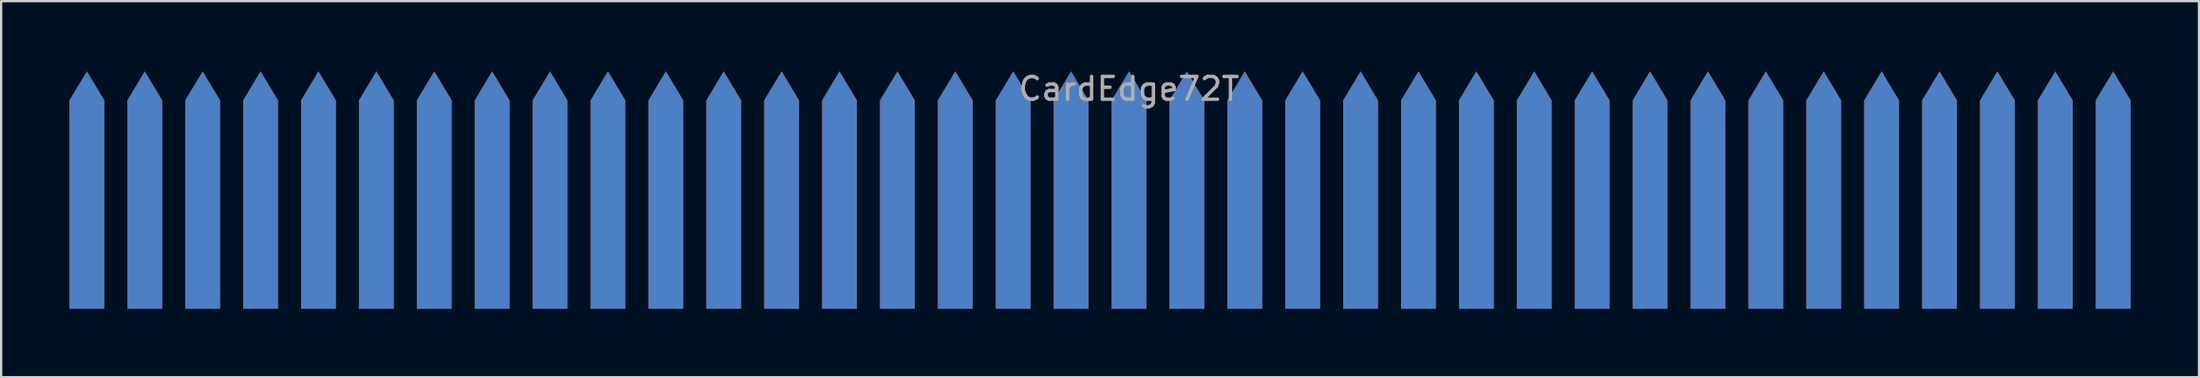
<source format=kicad_pcb>
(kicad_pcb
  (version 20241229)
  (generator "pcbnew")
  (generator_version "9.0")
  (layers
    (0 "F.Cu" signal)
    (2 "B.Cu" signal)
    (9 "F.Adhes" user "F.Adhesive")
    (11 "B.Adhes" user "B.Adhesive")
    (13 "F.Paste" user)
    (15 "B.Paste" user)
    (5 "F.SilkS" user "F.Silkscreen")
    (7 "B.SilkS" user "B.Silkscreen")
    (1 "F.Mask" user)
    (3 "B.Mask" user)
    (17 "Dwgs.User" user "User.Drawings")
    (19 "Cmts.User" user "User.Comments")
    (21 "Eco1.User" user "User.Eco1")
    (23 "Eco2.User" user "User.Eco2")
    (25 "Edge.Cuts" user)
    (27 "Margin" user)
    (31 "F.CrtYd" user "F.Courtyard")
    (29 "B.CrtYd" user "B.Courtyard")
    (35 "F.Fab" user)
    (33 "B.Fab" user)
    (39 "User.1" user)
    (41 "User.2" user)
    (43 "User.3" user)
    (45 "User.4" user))
  (footprint "CardEdge72T"
    (layer "F.Cu")
    (at 46.482 5.928)
    (property "Reference" "CardEdge72T" (at 0 -5.08 0) (layer "F.Fab") (effects (font (size 1 1) (thickness 0.15))))
    (attr through_hole)
    (pad "1" connect custom (at -45.72 0) (size 1.524 9.144) (layers "B.Cu") (options (anchor rect)) (primitives (gr_poly (pts (xy 0.762 -4.572) (xy -0.762 -4.572) (xy 0 -5.842)) (width 0) (fill yes))))
    (pad "2" connect custom (at -45.72 0) (size 1.524 9.144) (layers "F.Cu") (options (anchor rect)) (primitives (gr_poly (pts (xy -0.762 -4.572) (xy 0.762 -4.572) (xy 0 -5.842)) (width 0) (fill yes))))
    (pad "3" connect custom (at -43.18 0) (size 1.524 9.144) (layers "B.Cu") (options (anchor rect)) (primitives (gr_poly (pts (xy 0.762 -4.572) (xy -0.762 -4.572) (xy 0 -5.842)) (width 0) (fill yes))))
    (pad "4" connect custom (at -43.18 0) (size 1.524 9.144) (layers "F.Cu") (options (anchor rect)) (primitives (gr_poly (pts (xy -0.762 -4.572) (xy 0.762 -4.572) (xy 0 -5.842)) (width 0) (fill yes))))
    (pad "5" connect custom (at -40.64 0) (size 1.524 9.144) (layers "B.Cu") (options (anchor rect)) (primitives (gr_poly (pts (xy 0.762 -4.572) (xy -0.762 -4.572) (xy 0 -5.842)) (width 0) (fill yes))))
    (pad "6" connect custom (at -40.64 0) (size 1.524 9.144) (layers "F.Cu") (options (anchor rect)) (primitives (gr_poly (pts (xy -0.762 -4.572) (xy 0.762 -4.572) (xy 0 -5.842)) (width 0) (fill yes))))
    (pad "7" connect custom (at -38.1 0) (size 1.524 9.144) (layers "B.Cu") (options (anchor rect)) (primitives (gr_poly (pts (xy 0.762 -4.572) (xy -0.762 -4.572) (xy 0 -5.842)) (width 0) (fill yes))))
    (pad "8" connect custom (at -38.1 0) (size 1.524 9.144) (layers "F.Cu") (options (anchor rect)) (primitives (gr_poly (pts (xy -0.762 -4.572) (xy 0.762 -4.572) (xy 0 -5.842)) (width 0) (fill yes))))
    (pad "9" connect custom (at -35.56 0) (size 1.524 9.144) (layers "B.Cu") (options (anchor rect)) (primitives (gr_poly (pts (xy 0.762 -4.572) (xy -0.762 -4.572) (xy 0 -5.842)) (width 0) (fill yes))))
    (pad "10" connect custom (at -35.56 0) (size 1.524 9.144) (layers "F.Cu") (options (anchor rect)) (primitives (gr_poly (pts (xy -0.762 -4.572) (xy 0.762 -4.572) (xy 0 -5.842)) (width 0) (fill yes))))
    (pad "11" connect custom (at -33.02 0) (size 1.524 9.144) (layers "B.Cu") (options (anchor rect)) (primitives (gr_poly (pts (xy 0.762 -4.572) (xy -0.762 -4.572) (xy 0 -5.842)) (width 0) (fill yes))))
    (pad "12" connect custom (at -33.02 0) (size 1.524 9.144) (layers "F.Cu") (options (anchor rect)) (primitives (gr_poly (pts (xy -0.762 -4.572) (xy 0.762 -4.572) (xy 0 -5.842)) (width 0) (fill yes))))
    (pad "13" connect custom (at -30.48 0) (size 1.524 9.144) (layers "B.Cu") (options (anchor rect)) (primitives (gr_poly (pts (xy 0.762 -4.572) (xy -0.762 -4.572) (xy 0 -5.842)) (width 0) (fill yes))))
    (pad "14" connect custom (at -30.48 0) (size 1.524 9.144) (layers "F.Cu") (options (anchor rect)) (primitives (gr_poly (pts (xy -0.762 -4.572) (xy 0.762 -4.572) (xy 0 -5.842)) (width 0) (fill yes))))
    (pad "15" connect custom (at -27.94 0) (size 1.524 9.144) (layers "B.Cu") (options (anchor rect)) (primitives (gr_poly (pts (xy 0.762 -4.572) (xy -0.762 -4.572) (xy 0 -5.842)) (width 0) (fill yes))))
    (pad "16" connect custom (at -27.94 0) (size 1.524 9.144) (layers "F.Cu") (options (anchor rect)) (primitives (gr_poly (pts (xy -0.762 -4.572) (xy 0.762 -4.572) (xy 0 -5.842)) (width 0) (fill yes))))
    (pad "17" connect custom (at -25.4 0) (size 1.524 9.144) (layers "B.Cu") (options (anchor rect)) (primitives (gr_poly (pts (xy 0.762 -4.572) (xy -0.762 -4.572) (xy 0 -5.842)) (width 0) (fill yes))))
    (pad "18" connect custom (at -25.4 0) (size 1.524 9.144) (layers "F.Cu") (options (anchor rect)) (primitives (gr_poly (pts (xy -0.762 -4.572) (xy 0.762 -4.572) (xy 0 -5.842)) (width 0) (fill yes))))
    (pad "19" connect custom (at -22.86 0) (size 1.524 9.144) (layers "B.Cu") (options (anchor rect)) (primitives (gr_poly (pts (xy 0.762 -4.572) (xy -0.762 -4.572) (xy 0 -5.842)) (width 0) (fill yes))))
    (pad "20" connect custom (at -22.86 0) (size 1.524 9.144) (layers "F.Cu") (options (anchor rect)) (primitives (gr_poly (pts (xy -0.762 -4.572) (xy 0.762 -4.572) (xy 0 -5.842)) (width 0) (fill yes))))
    (pad "21" connect custom (at -20.32 0) (size 1.524 9.144) (layers "B.Cu") (options (anchor rect)) (primitives (gr_poly (pts (xy 0.762 -4.572) (xy -0.762 -4.572) (xy 0 -5.842)) (width 0) (fill yes))))
    (pad "22" connect custom (at -20.32 0) (size 1.524 9.144) (layers "F.Cu") (options (anchor rect)) (primitives (gr_poly (pts (xy -0.762 -4.572) (xy 0.762 -4.572) (xy 0 -5.842)) (width 0) (fill yes))))
    (pad "23" connect custom (at -17.78 0) (size 1.524 9.144) (layers "B.Cu") (options (anchor rect)) (primitives (gr_poly (pts (xy 0.762 -4.572) (xy -0.762 -4.572) (xy 0 -5.842)) (width 0) (fill yes))))
    (pad "24" connect custom (at -17.78 0) (size 1.524 9.144) (layers "F.Cu") (options (anchor rect)) (primitives (gr_poly (pts (xy -0.762 -4.572) (xy 0.762 -4.572) (xy 0 -5.842)) (width 0) (fill yes))))
    (pad "25" connect custom (at -15.24 0) (size 1.524 9.144) (layers "B.Cu") (options (anchor rect)) (primitives (gr_poly (pts (xy 0.762 -4.572) (xy -0.762 -4.572) (xy 0 -5.842)) (width 0) (fill yes))))
    (pad "26" connect custom (at -15.24 0) (size 1.524 9.144) (layers "F.Cu") (options (anchor rect)) (primitives (gr_poly (pts (xy -0.762 -4.572) (xy 0.762 -4.572) (xy 0 -5.842)) (width 0) (fill yes))))
    (pad "27" connect custom (at -12.7 0) (size 1.524 9.144) (layers "B.Cu") (options (anchor rect)) (primitives (gr_poly (pts (xy 0.762 -4.572) (xy -0.762 -4.572) (xy 0 -5.842)) (width 0) (fill yes))))
    (pad "28" connect custom (at -12.7 0) (size 1.524 9.144) (layers "F.Cu") (options (anchor rect)) (primitives (gr_poly (pts (xy -0.762 -4.572) (xy 0.762 -4.572) (xy 0 -5.842)) (width 0) (fill yes))))
    (pad "29" connect custom (at -10.16 0) (size 1.524 9.144) (layers "B.Cu") (options (anchor rect)) (primitives (gr_poly (pts (xy 0.762 -4.572) (xy -0.762 -4.572) (xy 0 -5.842)) (width 0) (fill yes))))
    (pad "30" connect custom (at -10.16 0) (size 1.524 9.144) (layers "F.Cu") (options (anchor rect)) (primitives (gr_poly (pts (xy -0.762 -4.572) (xy 0.762 -4.572) (xy 0 -5.842)) (width 0) (fill yes))))
    (pad "31" connect custom (at -7.62 0) (size 1.524 9.144) (layers "B.Cu") (options (anchor rect)) (primitives (gr_poly (pts (xy 0.762 -4.572) (xy -0.762 -4.572) (xy 0 -5.842)) (width 0) (fill yes))))
    (pad "32" connect custom (at -7.62 0) (size 1.524 9.144) (layers "F.Cu") (options (anchor rect)) (primitives (gr_poly (pts (xy -0.762 -4.572) (xy 0.762 -4.572) (xy 0 -5.842)) (width 0) (fill yes))))
    (pad "33" connect custom (at -5.08 0) (size 1.524 9.144) (layers "B.Cu") (options (anchor rect)) (primitives (gr_poly (pts (xy 0.762 -4.572) (xy -0.762 -4.572) (xy 0 -5.842)) (width 0) (fill yes))))
    (pad "34" connect custom (at -5.08 0) (size 1.524 9.144) (layers "F.Cu") (options (anchor rect)) (primitives (gr_poly (pts (xy -0.762 -4.572) (xy 0.762 -4.572) (xy 0 -5.842)) (width 0) (fill yes))))
    (pad "35" connect custom (at -2.54 0) (size 1.524 9.144) (layers "B.Cu") (options (anchor rect)) (primitives (gr_poly (pts (xy 0.762 -4.572) (xy -0.762 -4.572) (xy 0 -5.842)) (width 0) (fill yes))))
    (pad "36" connect custom (at -2.54 0) (size 1.524 9.144) (layers "F.Cu") (options (anchor rect)) (primitives (gr_poly (pts (xy -0.762 -4.572) (xy 0.762 -4.572) (xy 0 -5.842)) (width 0) (fill yes))))
    (pad "37" connect custom (at 0 0) (size 1.524 9.144) (layers "B.Cu") (options (anchor rect)) (primitives (gr_poly (pts (xy 0.762 -4.572) (xy -0.762 -4.572) (xy 0 -5.842)) (width 0) (fill yes))))
    (pad "38" connect custom (at 0 0) (size 1.524 9.144) (layers "F.Cu") (options (anchor rect)) (primitives (gr_poly (pts (xy -0.762 -4.572) (xy 0.762 -4.572) (xy 0 -5.842)) (width 0) (fill yes))))
    (pad "39" connect custom (at 2.54 0) (size 1.524 9.144) (layers "B.Cu") (options (anchor rect)) (primitives (gr_poly (pts (xy 0.762 -4.572) (xy -0.762 -4.572) (xy 0 -5.842)) (width 0) (fill yes))))
    (pad "40" connect custom (at 2.54 0) (size 1.524 9.144) (layers "F.Cu") (options (anchor rect)) (primitives (gr_poly (pts (xy -0.762 -4.572) (xy 0.762 -4.572) (xy 0 -5.842)) (width 0) (fill yes))))
    (pad "41" connect custom (at 5.08 0) (size 1.524 9.144) (layers "B.Cu") (options (anchor rect)) (primitives (gr_poly (pts (xy 0.762 -4.572) (xy -0.762 -4.572) (xy 0 -5.842)) (width 0) (fill yes))))
    (pad "42" connect custom (at 5.08 0) (size 1.524 9.144) (layers "F.Cu") (options (anchor rect)) (primitives (gr_poly (pts (xy -0.762 -4.572) (xy 0.762 -4.572) (xy 0 -5.842)) (width 0) (fill yes))))
    (pad "43" connect custom (at 7.62 0) (size 1.524 9.144) (layers "B.Cu") (options (anchor rect)) (primitives (gr_poly (pts (xy 0.762 -4.572) (xy -0.762 -4.572) (xy 0 -5.842)) (width 0) (fill yes))))
    (pad "44" connect custom (at 7.62 0) (size 1.524 9.144) (layers "F.Cu") (options (anchor rect)) (primitives (gr_poly (pts (xy -0.762 -4.572) (xy 0.762 -4.572) (xy 0 -5.842)) (width 0) (fill yes))))
    (pad "45" connect custom (at 10.16 0) (size 1.524 9.144) (layers "B.Cu") (options (anchor rect)) (primitives (gr_poly (pts (xy 0.762 -4.572) (xy -0.762 -4.572) (xy 0 -5.842)) (width 0) (fill yes))))
    (pad "46" connect custom (at 10.16 0) (size 1.524 9.144) (layers "F.Cu") (options (anchor rect)) (primitives (gr_poly (pts (xy -0.762 -4.572) (xy 0.762 -4.572) (xy 0 -5.842)) (width 0) (fill yes))))
    (pad "47" connect custom (at 12.7 0) (size 1.524 9.144) (layers "B.Cu") (options (anchor rect)) (primitives (gr_poly (pts (xy 0.762 -4.572) (xy -0.762 -4.572) (xy 0 -5.842)) (width 0) (fill yes))))
    (pad "48" connect custom (at 12.7 0) (size 1.524 9.144) (layers "F.Cu") (options (anchor rect)) (primitives (gr_poly (pts (xy -0.762 -4.572) (xy 0.762 -4.572) (xy 0 -5.842)) (width 0) (fill yes))))
    (pad "49" connect custom (at 15.24 0) (size 1.524 9.144) (layers "B.Cu") (options (anchor rect)) (primitives (gr_poly (pts (xy 0.762 -4.572) (xy -0.762 -4.572) (xy 0 -5.842)) (width 0) (fill yes))))
    (pad "50" connect custom (at 15.24 0) (size 1.524 9.144) (layers "F.Cu") (options (anchor rect)) (primitives (gr_poly (pts (xy -0.762 -4.572) (xy 0.762 -4.572) (xy 0 -5.842)) (width 0) (fill yes))))
    (pad "51" connect custom (at 17.78 0) (size 1.524 9.144) (layers "B.Cu") (options (anchor rect)) (primitives (gr_poly (pts (xy 0.762 -4.572) (xy -0.762 -4.572) (xy 0 -5.842)) (width 0) (fill yes))))
    (pad "52" connect custom (at 17.78 0) (size 1.524 9.144) (layers "F.Cu") (options (anchor rect)) (primitives (gr_poly (pts (xy -0.762 -4.572) (xy 0.762 -4.572) (xy 0 -5.842)) (width 0) (fill yes))))
    (pad "53" connect custom (at 20.32 0) (size 1.524 9.144) (layers "B.Cu") (options (anchor rect)) (primitives (gr_poly (pts (xy 0.762 -4.572) (xy -0.762 -4.572) (xy 0 -5.842)) (width 0) (fill yes))))
    (pad "54" connect custom (at 20.32 0) (size 1.524 9.144) (layers "F.Cu") (options (anchor rect)) (primitives (gr_poly (pts (xy -0.762 -4.572) (xy 0.762 -4.572) (xy 0 -5.842)) (width 0) (fill yes))))
    (pad "55" connect custom (at 22.86 0) (size 1.524 9.144) (layers "B.Cu") (options (anchor rect)) (primitives (gr_poly (pts (xy 0.762 -4.572) (xy -0.762 -4.572) (xy 0 -5.842)) (width 0) (fill yes))))
    (pad "56" connect custom (at 22.86 0) (size 1.524 9.144) (layers "F.Cu") (options (anchor rect)) (primitives (gr_poly (pts (xy -0.762 -4.572) (xy 0.762 -4.572) (xy 0 -5.842)) (width 0) (fill yes))))
    (pad "57" connect custom (at 25.4 0) (size 1.524 9.144) (layers "B.Cu") (options (anchor rect)) (primitives (gr_poly (pts (xy 0.762 -4.572) (xy -0.762 -4.572) (xy 0 -5.842)) (width 0) (fill yes))))
    (pad "58" connect custom (at 25.4 0) (size 1.524 9.144) (layers "F.Cu") (options (anchor rect)) (primitives (gr_poly (pts (xy -0.762 -4.572) (xy 0.762 -4.572) (xy 0 -5.842)) (width 0) (fill yes))))
    (pad "59" connect custom (at 27.94 0) (size 1.524 9.144) (layers "B.Cu") (options (anchor rect)) (primitives (gr_poly (pts (xy 0.762 -4.572) (xy -0.762 -4.572) (xy 0 -5.842)) (width 0) (fill yes))))
    (pad "60" connect custom (at 27.94 0) (size 1.524 9.144) (layers "F.Cu") (options (anchor rect)) (primitives (gr_poly (pts (xy -0.762 -4.572) (xy 0.762 -4.572) (xy 0 -5.842)) (width 0) (fill yes))))
    (pad "61" connect custom (at 30.48 0) (size 1.524 9.144) (layers "B.Cu") (options (anchor rect)) (primitives (gr_poly (pts (xy 0.762 -4.572) (xy -0.762 -4.572) (xy 0 -5.842)) (width 0) (fill yes))))
    (pad "62" connect custom (at 30.48 0) (size 1.524 9.144) (layers "F.Cu") (options (anchor rect)) (primitives (gr_poly (pts (xy -0.762 -4.572) (xy 0.762 -4.572) (xy 0 -5.842)) (width 0) (fill yes))))
    (pad "63" connect custom (at 33.02 0) (size 1.524 9.144) (layers "B.Cu") (options (anchor rect)) (primitives (gr_poly (pts (xy 0.762 -4.572) (xy -0.762 -4.572) (xy 0 -5.842)) (width 0) (fill yes))))
    (pad "64" connect custom (at 33.02 0) (size 1.524 9.144) (layers "F.Cu") (options (anchor rect)) (primitives (gr_poly (pts (xy -0.762 -4.572) (xy 0.762 -4.572) (xy 0 -5.842)) (width 0) (fill yes))))
    (pad "65" connect custom (at 35.56 0) (size 1.524 9.144) (layers "B.Cu") (options (anchor rect)) (primitives (gr_poly (pts (xy 0.762 -4.572) (xy -0.762 -4.572) (xy 0 -5.842)) (width 0) (fill yes))))
    (pad "66" connect custom (at 35.56 0) (size 1.524 9.144) (layers "F.Cu") (options (anchor rect)) (primitives (gr_poly (pts (xy -0.762 -4.572) (xy 0.762 -4.572) (xy 0 -5.842)) (width 0) (fill yes))))
    (pad "67" connect custom (at 38.1 0) (size 1.524 9.144) (layers "B.Cu") (options (anchor rect)) (primitives (gr_poly (pts (xy 0.762 -4.572) (xy -0.762 -4.572) (xy 0 -5.842)) (width 0) (fill yes))))
    (pad "68" connect custom (at 38.1 0) (size 1.524 9.144) (layers "F.Cu") (options (anchor rect)) (primitives (gr_poly (pts (xy -0.762 -4.572) (xy 0.762 -4.572) (xy 0 -5.842)) (width 0) (fill yes))))
    (pad "69" connect custom (at 40.64 0) (size 1.524 9.144) (layers "B.Cu") (options (anchor rect)) (primitives (gr_poly (pts (xy 0.762 -4.572) (xy -0.762 -4.572) (xy 0 -5.842)) (width 0) (fill yes))))
    (pad "70" connect custom (at 40.64 0) (size 1.524 9.144) (layers "F.Cu") (options (anchor rect)) (primitives (gr_poly (pts (xy -0.762 -4.572) (xy 0.762 -4.572) (xy 0 -5.842)) (width 0) (fill yes))))
    (pad "71" connect custom (at 43.18 0) (size 1.524 9.144) (layers "B.Cu") (options (anchor rect)) (primitives (gr_poly (pts (xy 0.762 -4.572) (xy -0.762 -4.572) (xy 0 -5.842)) (width 0) (fill yes))))
    (pad "72" connect custom (at 43.18 0) (size 1.524 9.144) (layers "F.Cu") (options (anchor rect)) (primitives (gr_poly (pts (xy -0.762 -4.572) (xy 0.762 -4.572) (xy 0 -5.842)) (width 0) (fill yes)))))
  (gr_rect
    (start -3 -3)
    (end 93.424 13.5)
    (stroke (width 0.1) (type default))
    (fill no)
    (layer "Edge.Cuts")))
</source>
